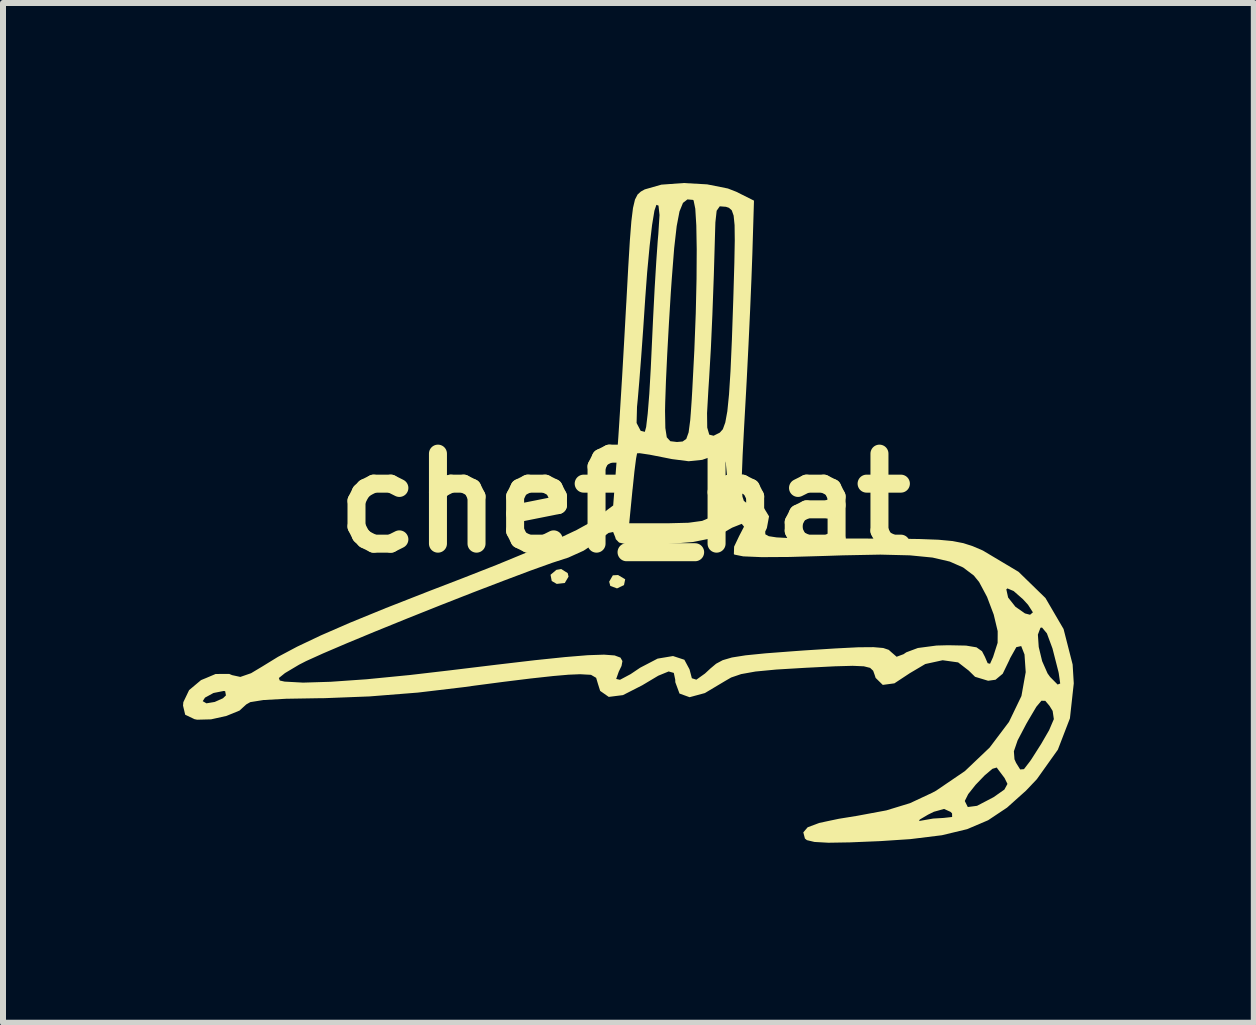
<source format=kicad_pcb>
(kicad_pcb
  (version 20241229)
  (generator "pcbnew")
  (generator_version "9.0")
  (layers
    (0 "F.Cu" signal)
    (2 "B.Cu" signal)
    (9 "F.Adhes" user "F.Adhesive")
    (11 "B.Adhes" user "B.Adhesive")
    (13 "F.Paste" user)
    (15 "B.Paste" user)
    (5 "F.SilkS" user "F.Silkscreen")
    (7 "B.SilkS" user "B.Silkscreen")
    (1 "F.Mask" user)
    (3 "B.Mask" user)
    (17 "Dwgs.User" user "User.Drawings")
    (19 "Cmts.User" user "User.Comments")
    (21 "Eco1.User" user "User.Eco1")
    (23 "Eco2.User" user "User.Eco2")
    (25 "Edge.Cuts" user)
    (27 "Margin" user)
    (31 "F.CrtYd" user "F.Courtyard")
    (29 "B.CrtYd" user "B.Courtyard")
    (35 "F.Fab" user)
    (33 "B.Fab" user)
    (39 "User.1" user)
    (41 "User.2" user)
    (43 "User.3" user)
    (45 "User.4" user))
  (footprint "chef_hat"
    (layer "F.Cu")
    (at 7.355 5.331)
    (property "Reference" "chef_hat" (at 0 0 0) (layer "F.SilkS") (effects (font (size 1.5 1.5) (thickness 0.3))))
    (attr board_only exclude_from_pos_files exclude_from_bom)
    (fp_poly (pts (xy 0.013 1.272) (xy -0.007 1.369) (xy -0.123 1.424) (xy -0.235 1.383) (xy -0.254 1.312) (xy -0.193 1.206) (xy -0.106 1.201)) (stroke (width 0) (type solid)) (fill yes) (layer "F.SilkS"))
    (fp_poly (pts (xy -0.945 1.169) (xy -0.931 1.228) (xy -0.994 1.334) (xy -1.128 1.349) (xy -1.211 1.301) (xy -1.231 1.197) (xy -1.134 1.115) (xy -1.053 1.101)) (stroke (width 0) (type solid)) (fill yes) (layer "F.SilkS"))
    (fp_poly (pts (xy 1.378 -5.309) (xy 1.724 -5.24) (xy 1.863 -5.186) (xy 2.159 -5.038) (xy 2.132 -4.149) (xy 2.117 -3.739) (xy 2.095 -3.217) (xy 2.068 -2.64) (xy 2.039 -2.067) (xy 2.028 -1.863) (xy 1.994 -1.256) (xy 1.97 -0.798) (xy 1.957 -0.467) (xy 1.956 -0.243) (xy 1.967 -0.105) (xy 1.991 -0.033) (xy 2.03 -0.004) (xy 2.083 0.000129) (xy 2.106 0) (xy 2.313 0.064) (xy 2.41 0.223) (xy 2.374 0.418) (xy 2.346 0.478) (xy 2.349 0.523) (xy 2.405 0.554) (xy 2.535 0.574) (xy 2.76 0.586) (xy 3.1 0.591) (xy 3.576 0.593) (xy 3.913 0.593) (xy 4.484 0.595) (xy 4.914 0.601) (xy 5.233 0.613) (xy 5.468 0.635) (xy 5.648 0.67) (xy 5.803 0.72) (xy 5.96 0.787) (xy 5.975 0.794) (xy 6.567 1.147) (xy 7.016 1.584) (xy 7.318 2.101) (xy 7.469 2.692) (xy 7.488 3.006) (xy 7.424 3.589) (xy 7.223 4.111) (xy 6.873 4.603) (xy 6.692 4.794) (xy 6.376 5.077) (xy 6.061 5.287) (xy 5.711 5.436) (xy 5.291 5.537) (xy 4.764 5.602) (xy 4.265 5.635) (xy 3.758 5.656) (xy 3.399 5.662) (xy 3.167 5.649) (xy 3.041 5.619) (xy 3.008 5.592) (xy 2.981 5.489) (xy 3.053 5.405) (xy 3.244 5.333) (xy 3.392 5.301) (xy 4.91 5.301) (xy 4.939 5.295) (xy 5.146 5.259) (xy 5.316 5.249) (xy 5.461 5.233) (xy 5.46 5.174) (xy 5.437 5.149) (xy 5.327 5.099) (xy 5.157 5.146) (xy 5.06 5.194) (xy 4.922 5.275) (xy 4.91 5.301) (xy 3.392 5.301) (xy 3.573 5.263) (xy 3.876 5.214) (xy 4.365 5.123) (xy 4.758 5.003) (xy 4.831 4.969) (xy 5.673 4.969) (xy 5.722 5.067) (xy 5.876 5.047) (xy 6.142 4.908) (xy 6.153 4.902) (xy 6.332 4.776) (xy 6.383 4.682) (xy 6.335 4.584) (xy 6.237 4.454) (xy 6.204 4.409) (xy 6.133 4.43) (xy 6.002 4.541) (xy 5.853 4.696) (xy 5.729 4.852) (xy 5.673 4.964) (xy 5.673 4.969) (xy 4.831 4.969) (xy 5.13 4.829) (xy 5.195 4.794) (xy 5.674 4.468) (xy 6.021 4.138) (xy 6.49 4.138) (xy 6.5 4.271) (xy 6.526 4.33) (xy 6.595 4.441) (xy 6.658 4.436) (xy 6.76 4.303) (xy 6.786 4.265) (xy 6.945 4.015) (xy 7.077 3.787) (xy 7.156 3.602) (xy 7.136 3.466) (xy 7.083 3.38) (xy 7.013 3.297) (xy 6.949 3.296) (xy 6.864 3.397) (xy 6.731 3.622) (xy 6.697 3.681) (xy 6.552 3.957) (xy 6.49 4.138) (xy 6.021 4.138) (xy 6.086 4.076) (xy 6.408 3.649) (xy 6.616 3.217) (xy 6.687 2.819) (xy 6.667 2.525) (xy 6.612 2.385) (xy 6.531 2.403) (xy 6.428 2.586) (xy 6.413 2.621) (xy 6.304 2.846) (xy 6.184 2.946) (xy 6.061 2.963) (xy 5.843 2.897) (xy 5.738 2.794) (xy 5.561 2.657) (xy 5.303 2.621) (xy 5.014 2.684) (xy 4.757 2.836) (xy 4.499 3.006) (xy 4.305 3.032) (xy 4.186 2.915) (xy 4.171 2.868) (xy 4.145 2.796) (xy 4.094 2.748) (xy 3.99 2.722) (xy 3.804 2.714) (xy 3.509 2.722) (xy 3.076 2.744) (xy 3.014 2.747) (xy 2.531 2.776) (xy 2.185 2.809) (xy 1.945 2.852) (xy 1.778 2.909) (xy 1.673 2.97) (xy 1.341 3.168) (xy 1.086 3.237) (xy 0.918 3.176) (xy 0.848 2.987) (xy 0.847 2.946) (xy 0.823 2.832) (xy 0.737 2.808) (xy 0.564 2.879) (xy 0.296 3.039) (xy -0.024 3.202) (xy -0.261 3.232) (xy -0.404 3.132) (xy -0.44 3.018) (xy -0.471 2.914) (xy -0.557 2.864) (xy -0.739 2.854) (xy -0.931 2.862) (xy -1.185 2.884) (xy -1.561 2.925) (xy -2.015 2.981) (xy -2.503 3.045) (xy -2.667 3.068) (xy -3.441 3.16) (xy -4.249 3.224) (xy -4.998 3.253) (xy -5.1 3.254) (xy -5.639 3.263) (xy -6.015 3.284) (xy -6.234 3.319) (xy -6.301 3.357) (xy -6.414 3.46) (xy -6.632 3.549) (xy -6.888 3.606) (xy -7.119 3.612) (xy -7.164 3.603) (xy -7.319 3.529) (xy -7.355 3.377) (xy -7.35 3.32) (xy -7.342 3.303) (xy -7.027 3.303) (xy -6.965 3.339) (xy -6.827 3.316) (xy -6.69 3.255) (xy -6.64 3.207) (xy -6.653 3.137) (xy -6.677 3.133) (xy -6.848 3.167) (xy -6.989 3.244) (xy -7.027 3.303) (xy -7.342 3.303) (xy -7.254 3.119) (xy -7.055 2.952) (xy -6.97 2.917) (xy -5.758 2.917) (xy -5.743 2.959) (xy -5.663 2.977) (xy -5.355 2.994) (xy -4.895 2.98) (xy -4.296 2.938) (xy -3.572 2.867) (xy -2.921 2.791) (xy -2.128 2.695) (xy -1.489 2.62) (xy -0.987 2.568) (xy -0.609 2.537) (xy -0.339 2.528) (xy -0.163 2.541) (xy -0.066 2.577) (xy -0.033 2.635) (xy -0.048 2.716) (xy -0.094 2.811) (xy -0.137 2.933) (xy -0.074 2.947) (xy 0.104 2.852) (xy 0.263 2.745) (xy 0.553 2.594) (xy 0.81 2.551) (xy 0.999 2.613) (xy 1.085 2.773) (xy 1.124 2.921) (xy 1.199 2.945) (xy 1.342 2.843) (xy 1.435 2.757) (xy 1.528 2.679) (xy 1.638 2.62) (xy 1.792 2.575) (xy 2.02 2.539) (xy 2.35 2.506) (xy 2.811 2.471) (xy 3.004 2.457) (xy 3.522 2.424) (xy 3.896 2.405) (xy 4.151 2.403) (xy 4.313 2.417) (xy 4.405 2.448) (xy 4.446 2.485) (xy 4.536 2.563) (xy 4.652 2.52) (xy 4.697 2.489) (xy 4.89 2.417) (xy 5.202 2.376) (xy 5.395 2.371) (xy 5.693 2.377) (xy 5.867 2.406) (xy 5.959 2.471) (xy 6.006 2.561) (xy 6.053 2.67) (xy 6.093 2.68) (xy 6.143 2.568) (xy 6.219 2.331) (xy 6.22 2.194) (xy 6.89 2.194) (xy 6.904 2.4) (xy 6.961 2.636) (xy 7.051 2.84) (xy 7.094 2.9) (xy 7.219 3.026) (xy 7.262 3.009) (xy 7.238 2.84) (xy 7.233 2.815) (xy 7.133 2.424) (xy 7.04 2.173) (xy 6.959 2.076) (xy 6.933 2.08) (xy 6.89 2.194) (xy 6.22 2.194) (xy 6.22 2.136) (xy 6.154 1.86) (xy 6.043 1.566) (xy 5.976 1.44) (xy 6.364 1.44) (xy 6.394 1.576) (xy 6.516 1.73) (xy 6.675 1.841) (xy 6.76 1.863) (xy 6.807 1.823) (xy 6.726 1.697) (xy 6.642 1.605) (xy 6.486 1.468) (xy 6.382 1.424) (xy 6.364 1.44) (xy 5.976 1.44) (xy 5.91 1.317) (xy 5.822 1.209) (xy 5.644 1.075) (xy 5.422 0.977) (xy 5.134 0.91) (xy 4.756 0.873) (xy 4.265 0.861) (xy 3.638 0.873) (xy 3.373 0.882) (xy 2.753 0.9) (xy 2.287 0.903) (xy 1.979 0.89) (xy 1.834 0.861) (xy 1.824 0.852) (xy 1.828 0.728) (xy 1.911 0.553) (xy 1.993 0.395) (xy 1.955 0.348) (xy 1.795 0.412) (xy 1.64 0.501) (xy 1.431 0.593) (xy 1.142 0.651) (xy 0.733 0.684) (xy 0.625 0.688) (xy 0.262 0.697) (xy 0.035 0.689) (xy -0.089 0.66) (xy -0.143 0.604) (xy -0.154 0.567) (xy -0.188 0.484) (xy -0.265 0.5) (xy -0.426 0.624) (xy -0.433 0.63) (xy -0.679 0.795) (xy -0.938 0.912) (xy -0.955 0.917) (xy -1.198 0.996) (xy -1.561 1.126) (xy -2.013 1.296) (xy -2.527 1.493) (xy -3.075 1.708) (xy -3.626 1.928) (xy -4.153 2.142) (xy -4.628 2.339) (xy -5.021 2.507) (xy -5.304 2.635) (xy -5.421 2.695) (xy -5.656 2.835) (xy -5.758 2.917) (xy -6.97 2.917) (xy -6.812 2.85) (xy -6.585 2.849) (xy -6.538 2.869) (xy -6.4 2.899) (xy -6.221 2.837) (xy -6.034 2.725) (xy -5.772 2.564) (xy -5.452 2.394) (xy -5.058 2.207) (xy -4.571 1.995) (xy -3.972 1.75) (xy -3.242 1.464) (xy -2.709 1.259) (xy -2.13 1.032) (xy -1.601 0.814) (xy -1.147 0.616) (xy -0.795 0.45) (xy -0.594 0.339) (xy 0.08 0.339) (xy 0.717 0.339) (xy 1.068 0.33) (xy 1.295 0.299) (xy 1.444 0.236) (xy 1.524 0.169) (xy 1.625 0.004) (xy 1.687 -0.221) (xy 1.709 -0.459) (xy 1.69 -0.665) (xy 1.629 -0.792) (xy 1.545 -0.804) (xy 1.295 -0.718) (xy 1.07 -0.695) (xy 0.791 -0.731) (xy 0.671 -0.755) (xy 0.422 -0.804) (xy 0.254 -0.829) (xy 0.211 -0.827) (xy 0.194 -0.738) (xy 0.167 -0.526) (xy 0.137 -0.236) (xy 0.136 -0.233) (xy 0.08 0.339) (xy -0.594 0.339) (xy -0.57 0.326) (xy -0.538 0.303) (xy -0.187 0.042) (xy -0.125 -0.762) (xy -0.101 -1.102) (xy -0.086 -1.332) (xy 0.203 -1.332) (xy 0.271 -1.202) (xy 0.34 -1.185) (xy 0.362 -1.265) (xy 0.388 -1.486) (xy 0.392 -1.534) (xy 0.677 -1.534) (xy 0.682 -1.249) (xy 0.706 -1.094) (xy 0.765 -1.029) (xy 0.873 -1.016) (xy 0.879 -1.016) (xy 0.97 -1.024) (xy 1.031 -1.067) (xy 1.07 -1.176) (xy 1.097 -1.381) (xy 1.106 -1.497) (xy 1.377 -1.497) (xy 1.38 -1.256) (xy 1.414 -1.138) (xy 1.486 -1.12) (xy 1.59 -1.172) (xy 1.64 -1.228) (xy 1.681 -1.341) (xy 1.715 -1.527) (xy 1.743 -1.806) (xy 1.768 -2.197) (xy 1.791 -2.717) (xy 1.814 -3.386) (xy 1.817 -3.483) (xy 1.832 -4.001) (xy 1.839 -4.375) (xy 1.836 -4.629) (xy 1.82 -4.788) (xy 1.789 -4.876) (xy 1.742 -4.918) (xy 1.692 -4.935) (xy 1.589 -4.943) (xy 1.537 -4.869) (xy 1.516 -4.676) (xy 1.513 -4.585) (xy 1.49 -3.796) (xy 1.466 -3.14) (xy 1.441 -2.581) (xy 1.412 -2.083) (xy 1.399 -1.884) (xy 1.377 -1.497) (xy 1.106 -1.497) (xy 1.121 -1.713) (xy 1.131 -1.884) (xy 1.165 -2.54) (xy 1.189 -3.163) (xy 1.202 -3.734) (xy 1.205 -4.228) (xy 1.198 -4.625) (xy 1.181 -4.903) (xy 1.153 -5.04) (xy 1.143 -5.05) (xy 1.05 -5.058) (xy 0.976 -5) (xy 0.918 -4.858) (xy 0.871 -4.612) (xy 0.829 -4.243) (xy 0.789 -3.731) (xy 0.773 -3.503) (xy 0.741 -2.979) (xy 0.713 -2.473) (xy 0.692 -2.026) (xy 0.68 -1.68) (xy 0.677 -1.534) (xy 0.392 -1.534) (xy 0.415 -1.821) (xy 0.439 -2.24) (xy 0.454 -2.561) (xy 0.478 -3.077) (xy 0.504 -3.579) (xy 0.531 -4.024) (xy 0.555 -4.366) (xy 0.565 -4.479) (xy 0.585 -4.798) (xy 0.568 -4.955) (xy 0.533 -4.968) (xy 0.5 -4.87) (xy 0.461 -4.632) (xy 0.42 -4.28) (xy 0.379 -3.843) (xy 0.347 -3.41) (xy 0.313 -2.899) (xy 0.279 -2.427) (xy 0.248 -2.027) (xy 0.223 -1.734) (xy 0.21 -1.601) (xy 0.203 -1.332) (xy -0.086 -1.332) (xy -0.071 -1.57) (xy -0.037 -2.122) (xy -0.003 -2.717) (xy 0.03 -3.313) (xy 0.032 -3.342) (xy 0.064 -3.932) (xy 0.091 -4.376) (xy 0.116 -4.696) (xy 0.143 -4.915) (xy 0.176 -5.055) (xy 0.219 -5.139) (xy 0.274 -5.189) (xy 0.339 -5.225) (xy 0.616 -5.304) (xy 0.985 -5.331)) (stroke (width 0) (type solid)) (fill yes) (layer "F.SilkS")))
  (gr_rect
    (start -3 -3)
    (end 17.843 13.993)
    (stroke (width 0.1) (type default))
    (fill no)
    (layer "Edge.Cuts")))
</source>
